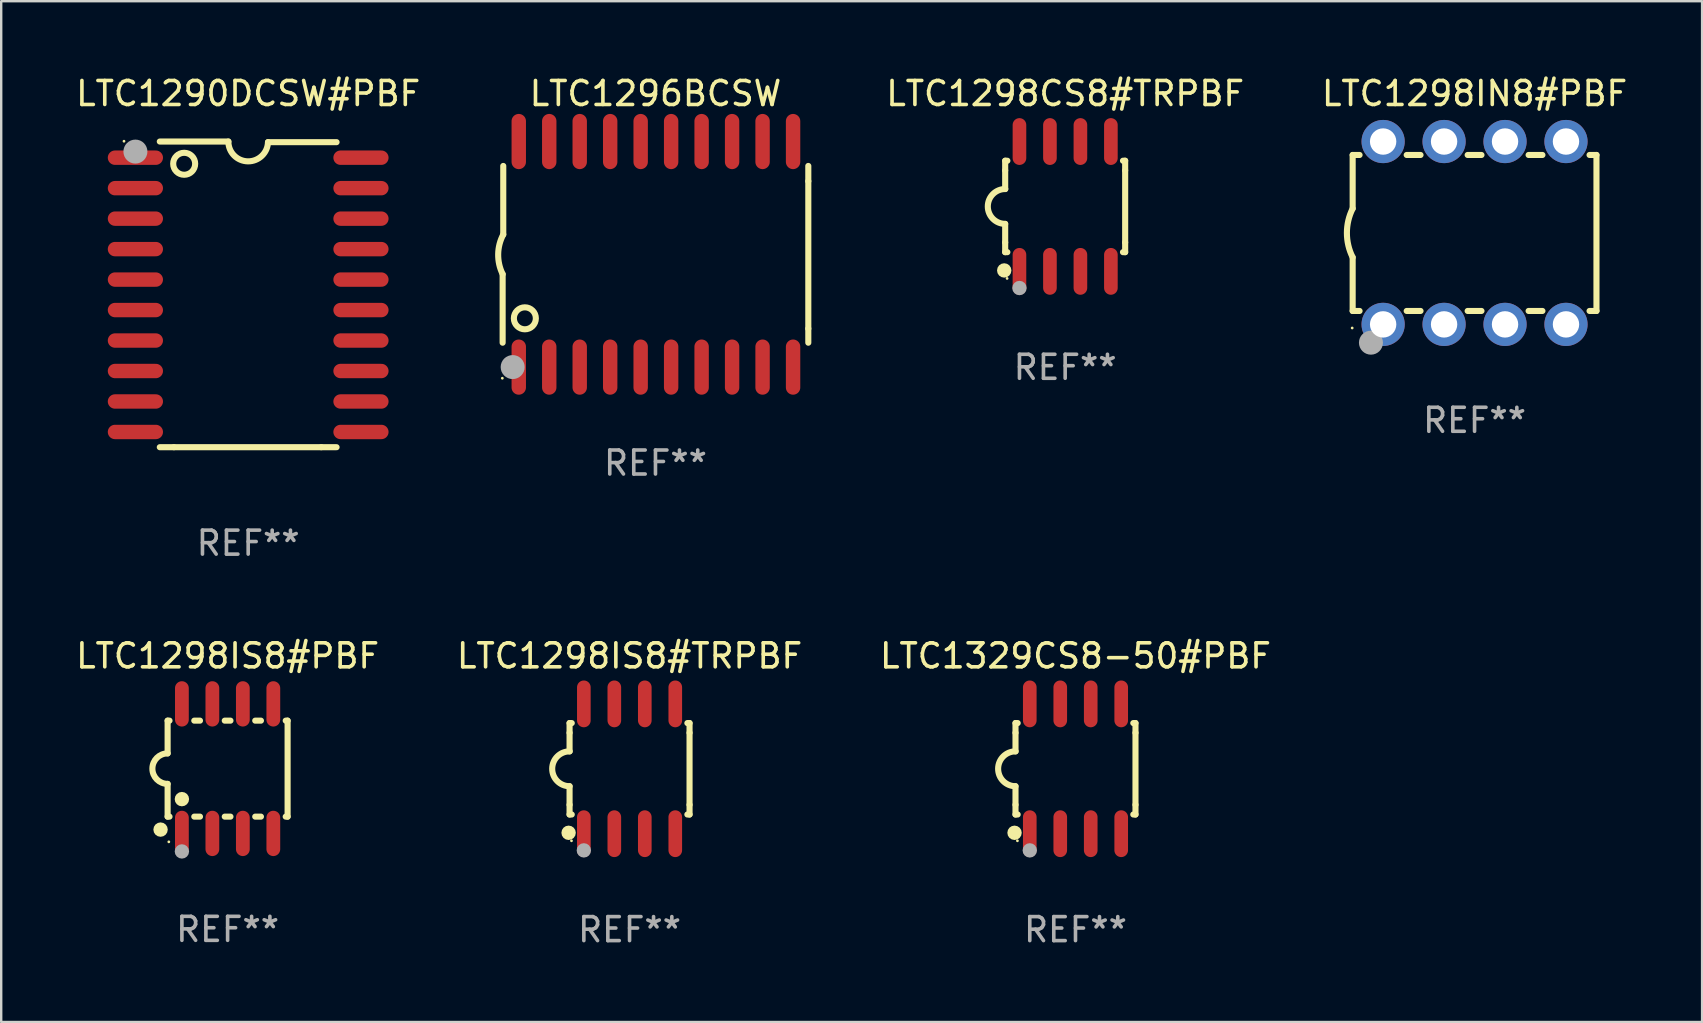
<source format=kicad_pcb>
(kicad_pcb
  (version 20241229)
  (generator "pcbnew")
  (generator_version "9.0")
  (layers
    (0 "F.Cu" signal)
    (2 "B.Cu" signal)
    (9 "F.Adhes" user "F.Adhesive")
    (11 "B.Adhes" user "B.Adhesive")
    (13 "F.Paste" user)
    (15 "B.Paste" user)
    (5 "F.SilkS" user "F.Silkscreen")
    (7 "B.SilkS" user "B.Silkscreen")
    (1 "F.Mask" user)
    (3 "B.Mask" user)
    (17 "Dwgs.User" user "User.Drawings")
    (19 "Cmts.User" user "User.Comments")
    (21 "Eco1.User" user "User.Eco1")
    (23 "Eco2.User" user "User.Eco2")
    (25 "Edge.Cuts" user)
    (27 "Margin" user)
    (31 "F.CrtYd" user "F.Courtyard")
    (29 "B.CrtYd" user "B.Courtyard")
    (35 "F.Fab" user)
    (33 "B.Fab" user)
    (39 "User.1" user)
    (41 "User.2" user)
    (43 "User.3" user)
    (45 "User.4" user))
  (footprint "LTC1298IN8#PBF"
    (layer "F.Cu")
    (at 58.398 6.658)
    (property "Reference" "LTC1298IN8#PBF" (at 0 -5.81 0) (layer "F.SilkS") (effects (font (size 1 1) (thickness 0.15))))
    (attr through_hole)
    (fp_line (start -5.08 -3.25) (end -5.08 -1.017) (stroke (width 0.254) (type solid)) (layer "F.SilkS"))
    (fp_line (start -5.08 -3.25) (end -4.792 -3.25) (stroke (width 0.254) (type solid)) (layer "F.SilkS"))
    (fp_line (start -5.08 3.25) (end -5.08 1.015) (stroke (width 0.254) (type solid)) (layer "F.SilkS"))
    (fp_line (start -5.08 3.25) (end -4.792 3.25) (stroke (width 0.254) (type solid)) (layer "F.SilkS"))
    (fp_line (start -2.828 -3.25) (end -2.252 -3.25) (stroke (width 0.254) (type solid)) (layer "F.SilkS"))
    (fp_line (start -2.828 3.25) (end -2.252 3.25) (stroke (width 0.254) (type solid)) (layer "F.SilkS"))
    (fp_line (start -0.288 -3.25) (end 0.288 -3.25) (stroke (width 0.254) (type solid)) (layer "F.SilkS"))
    (fp_line (start -0.288 3.25) (end 0.288 3.25) (stroke (width 0.254) (type solid)) (layer "F.SilkS"))
    (fp_line (start 2.252 -3.25) (end 2.828 -3.25) (stroke (width 0.254) (type solid)) (layer "F.SilkS"))
    (fp_line (start 2.252 3.25) (end 2.828 3.25) (stroke (width 0.254) (type solid)) (layer "F.SilkS"))
    (fp_line (start 4.792 -3.25) (end 5.08 -3.25) (stroke (width 0.254) (type solid)) (layer "F.SilkS"))
    (fp_line (start 4.792 3.25) (end 5.08 3.25) (stroke (width 0.254) (type solid)) (layer "F.SilkS"))
    (fp_line (start 5.08 -3.25) (end 5.08 3.25) (stroke (width 0.254) (type solid)) (layer "F.SilkS"))
    (fp_arc (start -5.08001 1.01524) (mid -5.319856 -0.000762) (end -5.08001 -1.016764) (stroke (width 0.254001) (type solid)) (layer "F.SilkS"))
    (fp_circle (center -5.1 3.96) (end -5.07 3.96) (stroke (width 0.06) (type solid)) (fill no) (layer "F.SilkS"))
    (fp_circle (center -4.318 4.572) (end -4.068 4.572) (stroke (width 0.5) (type solid)) (fill no) (layer "F.Fab"))
    (fp_text user "REF**" (at 0 7.81 0) (layer "F.Fab") (effects (font (size 1 1) (thickness 0.15))))
    (pad "1" thru_hole circle (at -3.81 3.81) (size 1.8 1.8) (drill 1.1) (layers "*.Cu" "*.Mask"))
    (pad "2" thru_hole circle (at -1.27 3.81) (size 1.8 1.8) (drill 1.1) (layers "*.Cu" "*.Mask"))
    (pad "3" thru_hole circle (at 1.27 3.81) (size 1.8 1.8) (drill 1.1) (layers "*.Cu" "*.Mask"))
    (pad "4" thru_hole circle (at 3.81 3.81) (size 1.8 1.8) (drill 1.1) (layers "*.Cu" "*.Mask"))
    (pad "5" thru_hole circle (at 3.81 -3.81) (size 1.8 1.8) (drill 1.1) (layers "*.Cu" "*.Mask"))
    (pad "6" thru_hole circle (at 1.27 -3.81) (size 1.8 1.8) (drill 1.1) (layers "*.Cu" "*.Mask"))
    (pad "7" thru_hole circle (at -1.27 -3.81) (size 1.8 1.8) (drill 1.1) (layers "*.Cu" "*.Mask"))
    (pad "8" thru_hole circle (at -3.81 -3.81) (size 1.8 1.8) (drill 1.1) (layers "*.Cu" "*.Mask")))
  (footprint "LTC1298CS8#TRPBF"
    (layer "F.Cu")
    (at 41.338 5.553)
    (property "Reference" "LTC1298CS8#TRPBF" (at 0 -4.705 0) (layer "F.SilkS") (effects (font (size 1 1) (thickness 0.15))))
    (attr through_hole)
    (fp_line (start -2.5 -1.905) (end -2.409 -1.905) (stroke (width 0.254) (type solid)) (layer "F.SilkS"))
    (fp_line (start -2.5 -1.5) (end -2.5 -1.905) (stroke (width 0.254) (type solid)) (layer "F.SilkS"))
    (fp_line (start -2.5 -1.5) (end -2.5 -0.726) (stroke (width 0.254) (type solid)) (layer "F.SilkS"))
    (fp_line (start -2.5 1.5) (end -2.5 0.727) (stroke (width 0.254) (type solid)) (layer "F.SilkS"))
    (fp_line (start -2.5 1.5) (end -2.5 1.905) (stroke (width 0.254) (type solid)) (layer "F.SilkS"))
    (fp_line (start -2.5 1.905) (end -2.409 1.905) (stroke (width 0.254) (type solid)) (layer "F.SilkS"))
    (fp_line (start 2.5 -1.905) (end 2.409 -1.905) (stroke (width 0.254) (type solid)) (layer "F.SilkS"))
    (fp_line (start 2.5 -1.5) (end 2.5 -1.905) (stroke (width 0.254) (type solid)) (layer "F.SilkS"))
    (fp_line (start 2.5 -1.5) (end 2.5 1.5) (stroke (width 0.254) (type solid)) (layer "F.SilkS"))
    (fp_line (start 2.5 1.5) (end 2.5 1.905) (stroke (width 0.254) (type solid)) (layer "F.SilkS"))
    (fp_line (start 2.5 1.905) (end 2.409 1.905) (stroke (width 0.254) (type solid)) (layer "F.SilkS"))
    (fp_arc (start -2.5 0.726568) (mid -3.220316 -0.0023) (end -2.495097 -0.726289) (stroke (width 0.254001) (type solid)) (layer "F.SilkS"))
    (fp_circle (center -2.54 2.667) (end -2.39 2.667) (stroke (width 0.3) (type solid)) (fill no) (layer "F.SilkS"))
    (fp_circle (center -2.42 3) (end -2.39 3) (stroke (width 0.06) (type solid)) (fill no) (layer "F.SilkS"))
    (fp_circle (center -1.905 3.4) (end -1.755 3.4) (stroke (width 0.3) (type solid)) (fill no) (layer "F.Fab"))
    (fp_text user "REF**" (at 0 6.705 0) (layer "F.Fab") (effects (font (size 1 1) (thickness 0.15))))
    (pad "1" smd oval (at -1.905 2.705) (size 0.568 1.95) (layers "F.Cu" "F.Mask" "F.Paste"))
    (pad "2" smd oval (at -0.635 2.705) (size 0.568 1.95) (layers "F.Cu" "F.Mask" "F.Paste"))
    (pad "3" smd oval (at 0.635 2.705) (size 0.568 1.95) (layers "F.Cu" "F.Mask" "F.Paste"))
    (pad "4" smd oval (at 1.905 2.705) (size 0.568 1.95) (layers "F.Cu" "F.Mask" "F.Paste"))
    (pad "5" smd oval (at 1.905 -2.705) (size 0.568 1.95) (layers "F.Cu" "F.Mask" "F.Paste"))
    (pad "6" smd oval (at 0.635 -2.705) (size 0.568 1.95) (layers "F.Cu" "F.Mask" "F.Paste"))
    (pad "7" smd oval (at -0.635 -2.705) (size 0.568 1.95) (layers "F.Cu" "F.Mask" "F.Paste"))
    (pad "8" smd oval (at -1.905 -2.705) (size 0.568 1.95) (layers "F.Cu" "F.Mask" "F.Paste")))
  (footprint "LTC1298IS8#TRPBF"
    (layer "F.Cu")
    (at 23.185 28.987)
    (property "Reference" "LTC1298IS8#TRPBF" (at 0 -4.705 0) (layer "F.SilkS") (effects (font (size 1 1) (thickness 0.15))))
    (attr through_hole)
    (fp_line (start -2.5 -1.905) (end -2.409 -1.905) (stroke (width 0.254) (type solid)) (layer "F.SilkS"))
    (fp_line (start -2.5 -1.5) (end -2.5 -1.905) (stroke (width 0.254) (type solid)) (layer "F.SilkS"))
    (fp_line (start -2.5 -1.5) (end -2.5 -0.726) (stroke (width 0.254) (type solid)) (layer "F.SilkS"))
    (fp_line (start -2.5 1.5) (end -2.5 0.727) (stroke (width 0.254) (type solid)) (layer "F.SilkS"))
    (fp_line (start -2.5 1.5) (end -2.5 1.905) (stroke (width 0.254) (type solid)) (layer "F.SilkS"))
    (fp_line (start -2.5 1.905) (end -2.409 1.905) (stroke (width 0.254) (type solid)) (layer "F.SilkS"))
    (fp_line (start 2.5 -1.905) (end 2.409 -1.905) (stroke (width 0.254) (type solid)) (layer "F.SilkS"))
    (fp_line (start 2.5 -1.5) (end 2.5 -1.905) (stroke (width 0.254) (type solid)) (layer "F.SilkS"))
    (fp_line (start 2.5 -1.5) (end 2.5 1.5) (stroke (width 0.254) (type solid)) (layer "F.SilkS"))
    (fp_line (start 2.5 1.5) (end 2.5 1.905) (stroke (width 0.254) (type solid)) (layer "F.SilkS"))
    (fp_line (start 2.5 1.905) (end 2.409 1.905) (stroke (width 0.254) (type solid)) (layer "F.SilkS"))
    (fp_arc (start -2.5 0.726568) (mid -3.220316 -0.0023) (end -2.495097 -0.726289) (stroke (width 0.254001) (type solid)) (layer "F.SilkS"))
    (fp_circle (center -2.54 2.667) (end -2.39 2.667) (stroke (width 0.3) (type solid)) (fill no) (layer "F.SilkS"))
    (fp_circle (center -2.42 3) (end -2.39 3) (stroke (width 0.06) (type solid)) (fill no) (layer "F.SilkS"))
    (fp_circle (center -1.905 3.4) (end -1.755 3.4) (stroke (width 0.3) (type solid)) (fill no) (layer "F.Fab"))
    (fp_text user "REF**" (at 0 6.705 0) (layer "F.Fab") (effects (font (size 1 1) (thickness 0.15))))
    (pad "1" smd oval (at -1.905 2.705) (size 0.568 1.95) (layers "F.Cu" "F.Mask" "F.Paste"))
    (pad "2" smd oval (at -0.635 2.705) (size 0.568 1.95) (layers "F.Cu" "F.Mask" "F.Paste"))
    (pad "3" smd oval (at 0.635 2.705) (size 0.568 1.95) (layers "F.Cu" "F.Mask" "F.Paste"))
    (pad "4" smd oval (at 1.905 2.705) (size 0.568 1.95) (layers "F.Cu" "F.Mask" "F.Paste"))
    (pad "5" smd oval (at 1.905 -2.705) (size 0.568 1.95) (layers "F.Cu" "F.Mask" "F.Paste"))
    (pad "6" smd oval (at 0.635 -2.705) (size 0.568 1.95) (layers "F.Cu" "F.Mask" "F.Paste"))
    (pad "7" smd oval (at -0.635 -2.705) (size 0.568 1.95) (layers "F.Cu" "F.Mask" "F.Paste"))
    (pad "8" smd oval (at -1.905 -2.705) (size 0.568 1.95) (layers "F.Cu" "F.Mask" "F.Paste")))
  (footprint "LTC1329CS8-50#PBF"
    (layer "F.Cu")
    (at 41.768 28.987)
    (property "Reference" "LTC1329CS8-50#PBF" (at 0 -4.705 0) (layer "F.SilkS") (effects (font (size 1 1) (thickness 0.15))))
    (attr through_hole)
    (fp_line (start -2.5 -1.905) (end -2.409 -1.905) (stroke (width 0.254) (type solid)) (layer "F.SilkS"))
    (fp_line (start -2.5 -1.5) (end -2.5 -1.905) (stroke (width 0.254) (type solid)) (layer "F.SilkS"))
    (fp_line (start -2.5 -1.5) (end -2.5 -0.726) (stroke (width 0.254) (type solid)) (layer "F.SilkS"))
    (fp_line (start -2.5 1.5) (end -2.5 0.727) (stroke (width 0.254) (type solid)) (layer "F.SilkS"))
    (fp_line (start -2.5 1.5) (end -2.5 1.905) (stroke (width 0.254) (type solid)) (layer "F.SilkS"))
    (fp_line (start -2.5 1.905) (end -2.409 1.905) (stroke (width 0.254) (type solid)) (layer "F.SilkS"))
    (fp_line (start 2.5 -1.905) (end 2.409 -1.905) (stroke (width 0.254) (type solid)) (layer "F.SilkS"))
    (fp_line (start 2.5 -1.5) (end 2.5 -1.905) (stroke (width 0.254) (type solid)) (layer "F.SilkS"))
    (fp_line (start 2.5 -1.5) (end 2.5 1.5) (stroke (width 0.254) (type solid)) (layer "F.SilkS"))
    (fp_line (start 2.5 1.5) (end 2.5 1.905) (stroke (width 0.254) (type solid)) (layer "F.SilkS"))
    (fp_line (start 2.5 1.905) (end 2.409 1.905) (stroke (width 0.254) (type solid)) (layer "F.SilkS"))
    (fp_arc (start -2.5 0.726568) (mid -3.220316 -0.0023) (end -2.495097 -0.726289) (stroke (width 0.254001) (type solid)) (layer "F.SilkS"))
    (fp_circle (center -2.54 2.667) (end -2.39 2.667) (stroke (width 0.3) (type solid)) (fill no) (layer "F.SilkS"))
    (fp_circle (center -2.42 3) (end -2.39 3) (stroke (width 0.06) (type solid)) (fill no) (layer "F.SilkS"))
    (fp_circle (center -1.905 3.4) (end -1.755 3.4) (stroke (width 0.3) (type solid)) (fill no) (layer "F.Fab"))
    (fp_text user "REF**" (at 0 6.705 0) (layer "F.Fab") (effects (font (size 1 1) (thickness 0.15))))
    (pad "1" smd oval (at -1.905 2.705) (size 0.568 1.95) (layers "F.Cu" "F.Mask" "F.Paste"))
    (pad "2" smd oval (at -0.635 2.705) (size 0.568 1.95) (layers "F.Cu" "F.Mask" "F.Paste"))
    (pad "3" smd oval (at 0.635 2.705) (size 0.568 1.95) (layers "F.Cu" "F.Mask" "F.Paste"))
    (pad "4" smd oval (at 1.905 2.705) (size 0.568 1.95) (layers "F.Cu" "F.Mask" "F.Paste"))
    (pad "5" smd oval (at 1.905 -2.705) (size 0.568 1.95) (layers "F.Cu" "F.Mask" "F.Paste"))
    (pad "6" smd oval (at 0.635 -2.705) (size 0.568 1.95) (layers "F.Cu" "F.Mask" "F.Paste"))
    (pad "7" smd oval (at -0.635 -2.705) (size 0.568 1.95) (layers "F.Cu" "F.Mask" "F.Paste"))
    (pad "8" smd oval (at -1.905 -2.705) (size 0.568 1.95) (layers "F.Cu" "F.Mask" "F.Paste")))
  (footprint "LTC1298IS8#PBF"
    (layer "F.Cu")
    (at 6.435 28.981)
    (property "Reference" "LTC1298IS8#PBF" (at 0 -4.699 0) (layer "F.SilkS") (effects (font (size 1 1) (thickness 0.15))))
    (attr through_hole)
    (fp_line (start -2.5 -2) (end -2.5 -0.635) (stroke (width 0.254) (type solid)) (layer "F.SilkS"))
    (fp_line (start -2.5 -2) (end -2.421 -2) (stroke (width 0.254) (type solid)) (layer "F.SilkS"))
    (fp_line (start -2.5 2) (end -2.5 0.635) (stroke (width 0.254) (type solid)) (layer "F.SilkS"))
    (fp_line (start -2.5 2) (end -2.421 2) (stroke (width 0.254) (type solid)) (layer "F.SilkS"))
    (fp_line (start -1.389 -2) (end -1.151 -2) (stroke (width 0.254) (type solid)) (layer "F.SilkS"))
    (fp_line (start -1.389 2) (end -1.151 2) (stroke (width 0.254) (type solid)) (layer "F.SilkS"))
    (fp_line (start -0.119 -2) (end 0.119 -2) (stroke (width 0.254) (type solid)) (layer "F.SilkS"))
    (fp_line (start -0.119 2) (end 0.119 2) (stroke (width 0.254) (type solid)) (layer "F.SilkS"))
    (fp_line (start 1.151 -2) (end 1.389 -2) (stroke (width 0.254) (type solid)) (layer "F.SilkS"))
    (fp_line (start 1.151 2) (end 1.389 2) (stroke (width 0.254) (type solid)) (layer "F.SilkS"))
    (fp_line (start 2.421 -2) (end 2.5 -2) (stroke (width 0.254) (type solid)) (layer "F.SilkS"))
    (fp_line (start 2.421 2) (end 2.5 2) (stroke (width 0.254) (type solid)) (layer "F.SilkS"))
    (fp_line (start 2.5 -2) (end 2.5 2) (stroke (width 0.254) (type solid)) (layer "F.SilkS"))
    (fp_arc (start -2.5 0.635001) (mid -3.134366 -0.000318) (end -2.499365 -0.635001) (stroke (width 0.254001) (type solid)) (layer "F.SilkS"))
    (fp_circle (center -2.794 2.54) (end -2.644 2.54) (stroke (width 0.3) (type solid)) (fill no) (layer "F.SilkS"))
    (fp_circle (center -2.45 3.05) (end -2.42 3.05) (stroke (width 0.06) (type solid)) (fill no) (layer "F.SilkS"))
    (fp_circle (center -1.905 1.27) (end -1.755 1.27) (stroke (width 0.3) (type solid)) (fill no) (layer "F.SilkS"))
    (fp_circle (center -1.905 3.45) (end -1.755 3.45) (stroke (width 0.3) (type solid)) (fill no) (layer "F.Fab"))
    (fp_text user "REF**" (at 0 6.699 0) (layer "F.Fab") (effects (font (size 1 1) (thickness 0.15))))
    (pad "1" smd oval (at -1.905 2.699) (size 0.574 1.888) (layers "F.Cu" "F.Mask" "F.Paste"))
    (pad "2" smd oval (at -0.635 2.699) (size 0.574 1.888) (layers "F.Cu" "F.Mask" "F.Paste"))
    (pad "3" smd oval (at 0.635 2.699) (size 0.574 1.888) (layers "F.Cu" "F.Mask" "F.Paste"))
    (pad "4" smd oval (at 1.905 2.699) (size 0.574 1.888) (layers "F.Cu" "F.Mask" "F.Paste"))
    (pad "5" smd oval (at 1.905 -2.699) (size 0.574 1.888) (layers "F.Cu" "F.Mask" "F.Paste"))
    (pad "6" smd oval (at 0.635 -2.699) (size 0.574 1.888) (layers "F.Cu" "F.Mask" "F.Paste"))
    (pad "7" smd oval (at -0.635 -2.699) (size 0.574 1.888) (layers "F.Cu" "F.Mask" "F.Paste"))
    (pad "8" smd oval (at -1.905 -2.699) (size 0.574 1.888) (layers "F.Cu" "F.Mask" "F.Paste")))
  (footprint "LTC1296BCSW"
    (layer "F.Cu")
    (at 24.265 7.548)
    (property "Reference" "LTC1296BCSW" (at 0 -6.7 0) (layer "F.SilkS") (effects (font (size 1 1) (thickness 0.15))))
    (attr through_hole)
    (fp_line (start -6.369 0.826) (end -6.369 3.683) (stroke (width 0.254) (type solid)) (layer "F.SilkS"))
    (fp_line (start -6.343 -0.825) (end -6.343 -3.683) (stroke (width 0.254) (type solid)) (layer "F.SilkS"))
    (fp_line (start 6.369 -3.048) (end 6.369 -3.683) (stroke (width 0.254) (type solid)) (layer "F.SilkS"))
    (fp_line (start 6.369 -3.048) (end 6.369 3.096) (stroke (width 0.254) (type solid)) (layer "F.SilkS"))
    (fp_line (start 6.369 3.096) (end 6.369 3.683) (stroke (width 0.254) (type solid)) (layer "F.SilkS"))
    (fp_arc (start -6.36853 0.825552) (mid -6.554743 -0.00301) (end -6.343129 -0.825451) (stroke (width 0.254001) (type solid)) (layer "F.SilkS"))
    (fp_circle (center -6.382 5.163) (end -6.352 5.163) (stroke (width 0.06) (type solid)) (fill no) (layer "F.SilkS"))
    (fp_circle (center -5.443 2.667) (end -4.985 2.667) (stroke (width 0.254) (type solid)) (fill no) (layer "F.SilkS"))
    (fp_circle (center -5.951 4.699) (end -5.701 4.699) (stroke (width 0.5) (type solid)) (fill no) (layer "F.Fab"))
    (fp_text user "REF**" (at 0 8.7 0) (layer "F.Fab") (effects (font (size 1 1) (thickness 0.15))))
    (pad "1" smd oval (at -5.697 4.7 180) (size 0.6 2.3) (layers "F.Cu" "F.Mask" "F.Paste"))
    (pad "2" smd oval (at -4.427 4.7 180) (size 0.6 2.3) (layers "F.Cu" "F.Mask" "F.Paste"))
    (pad "3" smd oval (at -3.157 4.7 180) (size 0.6 2.3) (layers "F.Cu" "F.Mask" "F.Paste"))
    (pad "4" smd oval (at -1.887 4.7 180) (size 0.6 2.3) (layers "F.Cu" "F.Mask" "F.Paste"))
    (pad "5" smd oval (at -0.617 4.7 180) (size 0.6 2.3) (layers "F.Cu" "F.Mask" "F.Paste"))
    (pad "6" smd oval (at 0.653 4.7 180) (size 0.6 2.3) (layers "F.Cu" "F.Mask" "F.Paste"))
    (pad "7" smd oval (at 1.923 4.7 180) (size 0.6 2.3) (layers "F.Cu" "F.Mask" "F.Paste"))
    (pad "8" smd oval (at 3.193 4.7 180) (size 0.6 2.3) (layers "F.Cu" "F.Mask" "F.Paste"))
    (pad "9" smd oval (at 4.463 4.7 180) (size 0.6 2.3) (layers "F.Cu" "F.Mask" "F.Paste"))
    (pad "10" smd oval (at 5.734 4.7 180) (size 0.6 2.3) (layers "F.Cu" "F.Mask" "F.Paste"))
    (pad "11" smd oval (at 5.734 -4.7 180) (size 0.6 2.3) (layers "F.Cu" "F.Mask" "F.Paste"))
    (pad "12" smd oval (at 4.463 -4.7 180) (size 0.6 2.3) (layers "F.Cu" "F.Mask" "F.Paste"))
    (pad "13" smd oval (at 3.193 -4.7 180) (size 0.6 2.3) (layers "F.Cu" "F.Mask" "F.Paste"))
    (pad "14" smd oval (at 1.923 -4.7 180) (size 0.6 2.3) (layers "F.Cu" "F.Mask" "F.Paste"))
    (pad "15" smd oval (at 0.653 -4.7 180) (size 0.6 2.3) (layers "F.Cu" "F.Mask" "F.Paste"))
    (pad "16" smd oval (at -0.617 -4.7 180) (size 0.6 2.3) (layers "F.Cu" "F.Mask" "F.Paste"))
    (pad "17" smd oval (at -1.887 -4.7 180) (size 0.6 2.3) (layers "F.Cu" "F.Mask" "F.Paste"))
    (pad "18" smd oval (at -3.157 -4.7 180) (size 0.6 2.3) (layers "F.Cu" "F.Mask" "F.Paste"))
    (pad "19" smd oval (at -4.427 -4.7 180) (size 0.6 2.3) (layers "F.Cu" "F.Mask" "F.Paste"))
    (pad "20" smd oval (at -5.697 -4.7 180) (size 0.6 2.3) (layers "F.Cu" "F.Mask" "F.Paste")))
  (footprint "LTC1290DCSW#PBF"
    (layer "F.Cu")
    (at 7.292 9.217)
    (property "Reference" "LTC1290DCSW#PBF" (at 0 -8.369 0) (layer "F.SilkS") (effects (font (size 1 1) (thickness 0.15))))
    (attr through_hole)
    (fp_line (start -3.096 6.369) (end -3.683 6.369) (stroke (width 0.254) (type solid)) (layer "F.SilkS"))
    (fp_line (start -0.825 -6.369) (end -3.683 -6.369) (stroke (width 0.254) (type solid)) (layer "F.SilkS"))
    (fp_line (start 0.826 -6.343) (end 3.683 -6.343) (stroke (width 0.254) (type solid)) (layer "F.SilkS"))
    (fp_line (start 3.048 6.369) (end -3.096 6.369) (stroke (width 0.254) (type solid)) (layer "F.SilkS"))
    (fp_line (start 3.048 6.369) (end 3.683 6.369) (stroke (width 0.254) (type solid)) (layer "F.SilkS"))
    (fp_arc (start 0.825527 -6.343129) (mid -0.012478 -5.543126) (end -0.825476 -6.36853) (stroke (width 0.254001) (type solid)) (layer "F.SilkS"))
    (fp_circle (center -5.175 -6.382) (end -5.145 -6.382) (stroke (width 0.06) (type solid)) (fill no) (layer "F.SilkS"))
    (fp_circle (center -2.667 -5.442) (end -2.209 -5.442) (stroke (width 0.254) (type solid)) (fill no) (layer "F.SilkS"))
    (fp_circle (center -4.699 -5.95) (end -4.449 -5.95) (stroke (width 0.5) (type solid)) (fill no) (layer "F.Fab"))
    (fp_text user "REF**" (at 0 10.369 0) (layer "F.Fab") (effects (font (size 1 1) (thickness 0.15))))
    (pad "1" smd oval (at -4.7 -5.696 90) (size 0.6 2.3) (layers "F.Cu" "F.Mask" "F.Paste"))
    (pad "2" smd oval (at -4.7 -4.426 90) (size 0.6 2.3) (layers "F.Cu" "F.Mask" "F.Paste"))
    (pad "3" smd oval (at -4.7 -3.156 90) (size 0.6 2.3) (layers "F.Cu" "F.Mask" "F.Paste"))
    (pad "4" smd oval (at -4.7 -1.886 90) (size 0.6 2.3) (layers "F.Cu" "F.Mask" "F.Paste"))
    (pad "5" smd oval (at -4.7 -0.616 90) (size 0.6 2.3) (layers "F.Cu" "F.Mask" "F.Paste"))
    (pad "6" smd oval (at -4.7 0.654 90) (size 0.6 2.3) (layers "F.Cu" "F.Mask" "F.Paste"))
    (pad "7" smd oval (at -4.7 1.924 90) (size 0.6 2.3) (layers "F.Cu" "F.Mask" "F.Paste"))
    (pad "8" smd oval (at -4.7 3.194 90) (size 0.6 2.3) (layers "F.Cu" "F.Mask" "F.Paste"))
    (pad "9" smd oval (at -4.7 4.464 90) (size 0.6 2.3) (layers "F.Cu" "F.Mask" "F.Paste"))
    (pad "10" smd oval (at -4.7 5.734 90) (size 0.6 2.3) (layers "F.Cu" "F.Mask" "F.Paste"))
    (pad "11" smd oval (at 4.7 5.734 90) (size 0.6 2.3) (layers "F.Cu" "F.Mask" "F.Paste"))
    (pad "12" smd oval (at 4.7 4.464 90) (size 0.6 2.3) (layers "F.Cu" "F.Mask" "F.Paste"))
    (pad "13" smd oval (at 4.7 3.194 90) (size 0.6 2.3) (layers "F.Cu" "F.Mask" "F.Paste"))
    (pad "14" smd oval (at 4.7 1.924 90) (size 0.6 2.3) (layers "F.Cu" "F.Mask" "F.Paste"))
    (pad "15" smd oval (at 4.7 0.654 90) (size 0.6 2.3) (layers "F.Cu" "F.Mask" "F.Paste"))
    (pad "16" smd oval (at 4.7 -0.616 90) (size 0.6 2.3) (layers "F.Cu" "F.Mask" "F.Paste"))
    (pad "17" smd oval (at 4.7 -1.886 90) (size 0.6 2.3) (layers "F.Cu" "F.Mask" "F.Paste"))
    (pad "18" smd oval (at 4.7 -3.156 90) (size 0.6 2.3) (layers "F.Cu" "F.Mask" "F.Paste"))
    (pad "19" smd oval (at 4.7 -4.426 90) (size 0.6 2.3) (layers "F.Cu" "F.Mask" "F.Paste"))
    (pad "20" smd oval (at 4.7 -5.696 90) (size 0.6 2.3) (layers "F.Cu" "F.Mask" "F.Paste")))
  (gr_rect
    (start -3 -3)
    (end 67.88 39.54)
    (stroke (width 0.1) (type default))
    (fill no)
    (layer "Edge.Cuts")))
</source>
